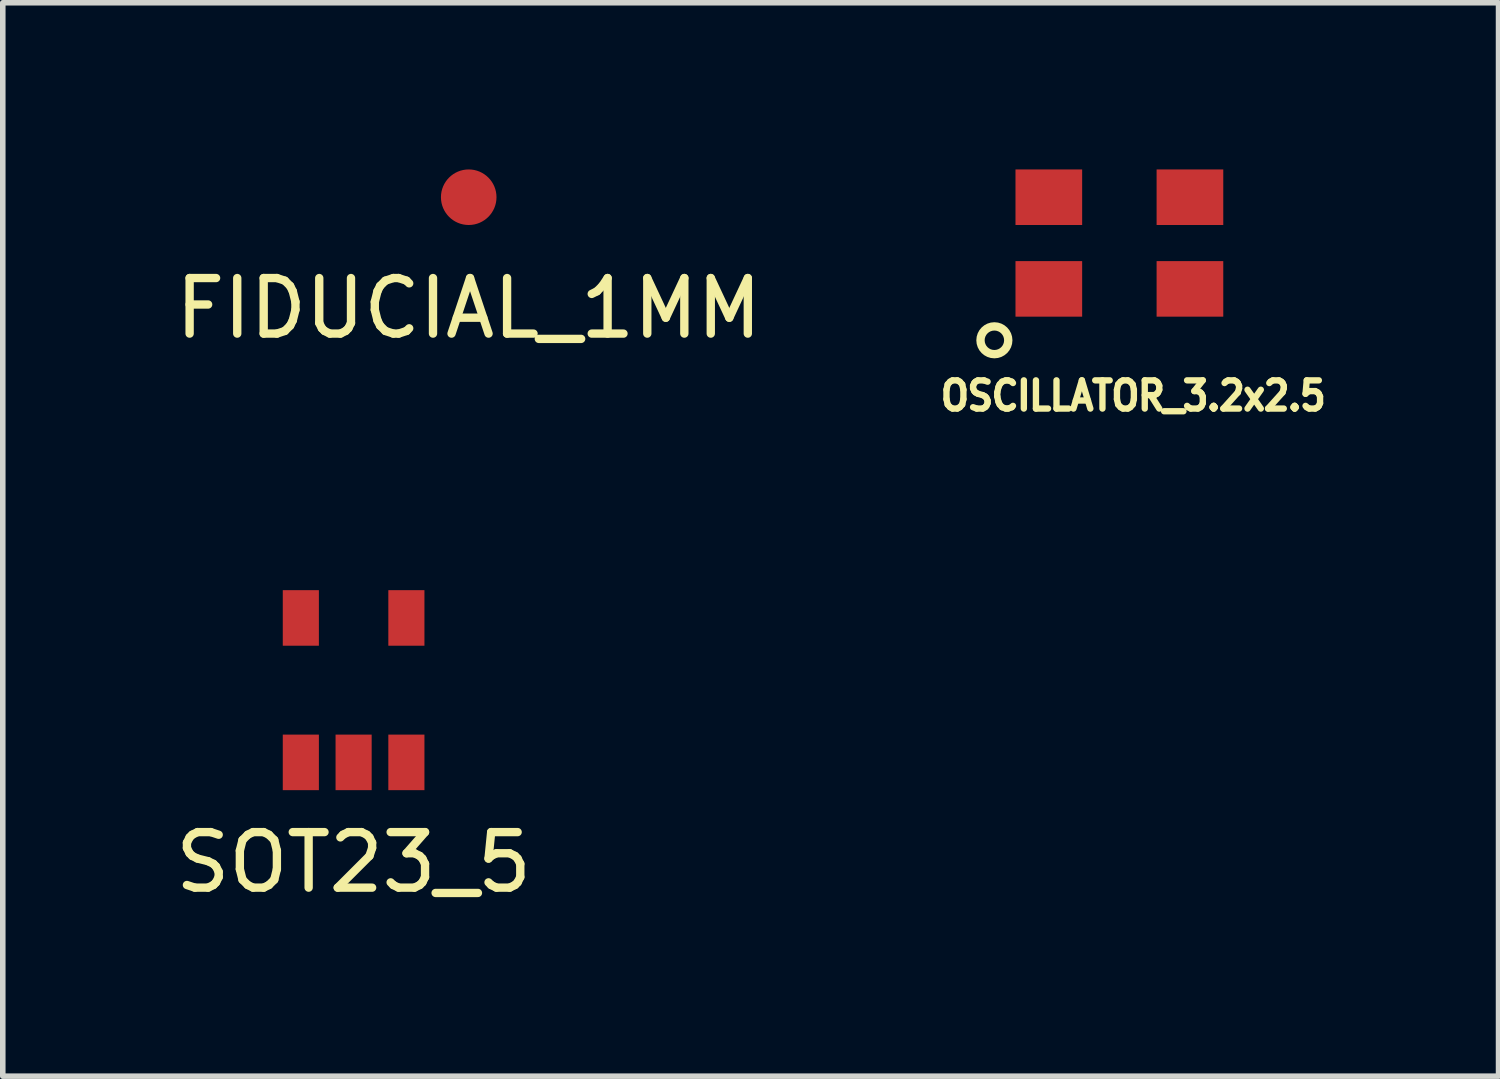
<source format=kicad_pcb>
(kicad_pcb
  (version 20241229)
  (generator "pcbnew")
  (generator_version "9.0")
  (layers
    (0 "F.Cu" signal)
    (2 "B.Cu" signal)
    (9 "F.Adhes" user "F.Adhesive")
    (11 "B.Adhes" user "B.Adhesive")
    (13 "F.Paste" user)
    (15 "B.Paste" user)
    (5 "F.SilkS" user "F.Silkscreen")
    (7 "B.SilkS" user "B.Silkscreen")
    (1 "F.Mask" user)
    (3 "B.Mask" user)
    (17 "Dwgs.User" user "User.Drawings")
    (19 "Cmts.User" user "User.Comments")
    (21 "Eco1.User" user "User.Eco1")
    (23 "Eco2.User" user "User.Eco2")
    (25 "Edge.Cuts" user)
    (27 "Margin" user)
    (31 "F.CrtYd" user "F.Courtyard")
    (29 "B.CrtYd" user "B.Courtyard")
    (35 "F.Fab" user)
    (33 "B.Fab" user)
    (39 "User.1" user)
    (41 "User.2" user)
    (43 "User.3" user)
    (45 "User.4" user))
  (footprint "FIDUCIAL_1MM"
    (layer "F.Cu")
    (at 5.387 0.5)
    (property "Reference" "FIDUCIAL_1MM" (at 0 2 0) (layer "F.SilkS") (effects (font (size 1 1) (thickness 0.15))))
    (attr through_hole)
    (pad "" smd circle (at 0 0) (size 1 1) (layers "F.Cu" "F.Mask")))
  (footprint "SOT23_5"
    (layer "F.Cu")
    (at 3.315 9.373)
    (property "Reference" "SOT23_5" (at 0 3.1 0) (layer "F.SilkS") (effects (font (size 1 1) (thickness 0.15))))
    (attr through_hole)
    (pad "1" smd rect (at -0.95 1.3) (size 0.65 1) (layers "F.Cu" "F.Mask" "F.Paste"))
    (pad "2" smd rect (at 0 1.3) (size 0.65 1) (layers "F.Cu" "F.Mask" "F.Paste"))
    (pad "3" smd rect (at 0.95 1.3) (size 0.65 1) (layers "F.Cu" "F.Mask" "F.Paste"))
    (pad "4" smd rect (at 0.95 -1.3) (size 0.65 1) (layers "F.Cu" "F.Mask" "F.Paste"))
    (pad "5" smd rect (at -0.95 -1.3) (size 0.65 1) (layers "F.Cu" "F.Mask" "F.Paste")))
  (footprint "OSCILLATOR_3.2x2.5"
    (layer "F.Cu")
    (at 17.099 1.325)
    (property "Reference" "OSCILLATOR_3.2x2.5" (at 0.25 2.75 0) (layer "F.SilkS") (effects (font (size 0.508 0.457) (thickness 0.114))))
    (attr through_hole)
    (fp_circle (center -2.25 1.75) (end -2.25 1.5) (stroke (width 0.15) (type solid)) (fill no) (layer "F.SilkS"))
    (pad "1" smd rect (at -1.27 0.825) (size 1.2 1) (layers "F.Cu" "F.Mask" "F.Paste"))
    (pad "2" smd rect (at 1.27 0.825) (size 1.2 1) (layers "F.Cu" "F.Mask" "F.Paste"))
    (pad "3" smd rect (at 1.27 -0.825) (size 1.2 1) (layers "F.Cu" "F.Mask" "F.Paste"))
    (pad "4" smd rect (at -1.27 -0.825) (size 1.2 1) (layers "F.Cu" "F.Mask" "F.Paste")))
  (gr_rect
    (start -3 -3)
    (end 23.924 16.321)
    (stroke (width 0.1) (type default))
    (fill no)
    (layer "Edge.Cuts")))
</source>
